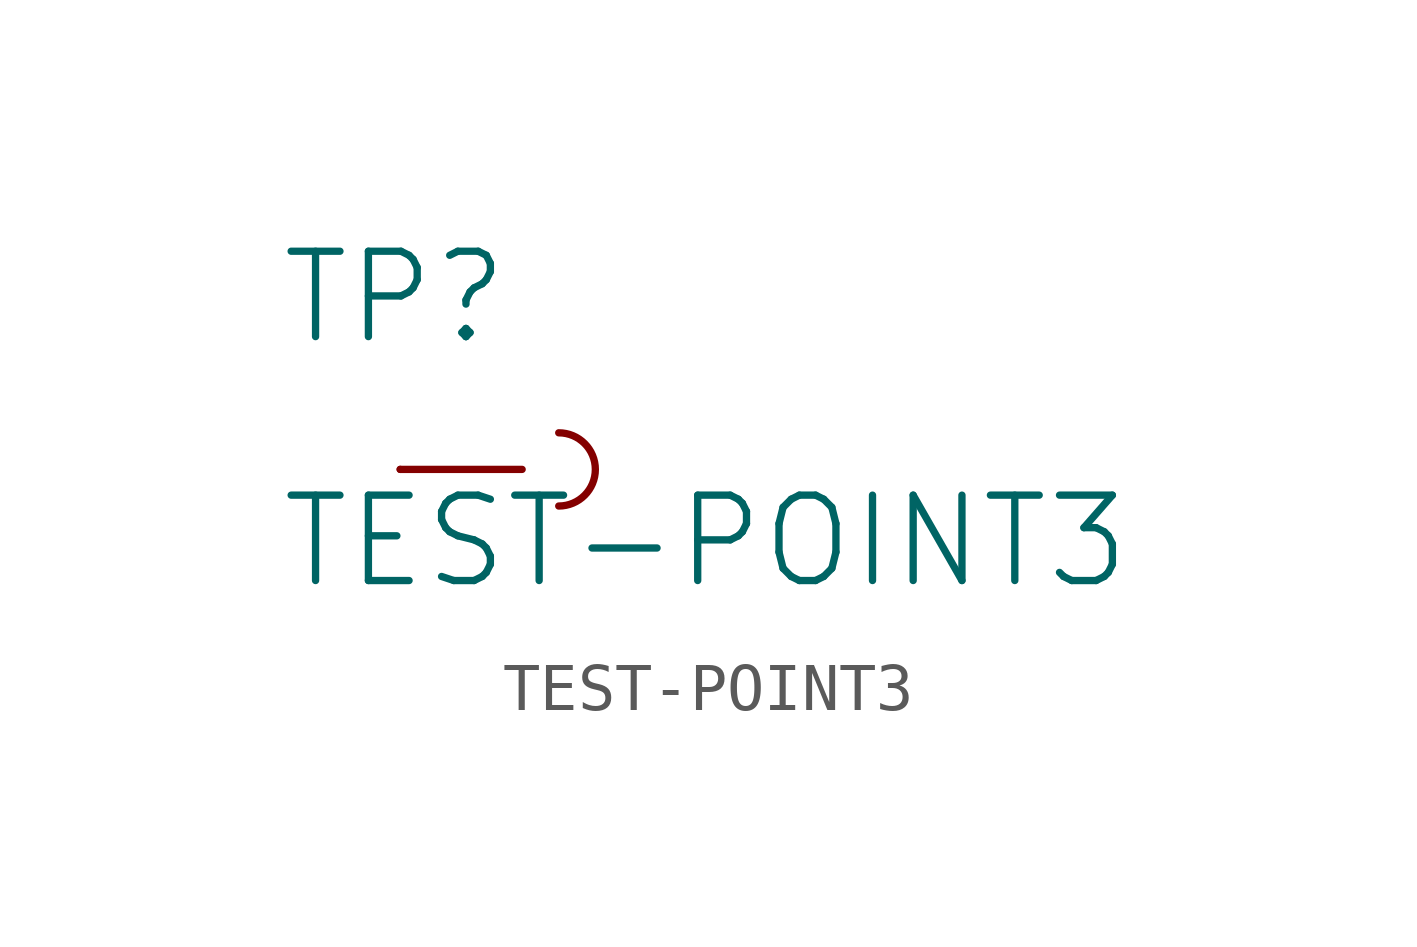
<source format=kicad_sym>
(kicad_symbol_lib
  (version 20211014)
  (generator kicad_symbol_editor)
  (symbol "TEST-POINT3"
    (property "Reference" "TP"
      (at -2.54 2.54 0)
      (effects (font (size 1.778 1.778)) (justify left bottom)))
    (property "Value" "TEST-POINT3"
      (at -2.54 -2.54 0)
      (effects (font (size 1.778 1.778)) (justify left bottom)))
    (property "ki_locked" ""
      (at 0 0 0)
      (effects (font (size 1.27 1.27))))
    (symbol "TEST-POINT3_1_0"
      (polyline (pts (xy 2.54 0) (xy 0 0)) (stroke (width 0.152) (type default) (color 0 0 0 0)) (fill (type none)))
      (arc (start 3.302 -0.762) (mid 4.064 0) (end 3.302 0.762) (stroke (width 0.1524) (type default) (color 0 0 0 0)) (fill (type none)))
      (pin bidirectional line (at 0 0 180) (length 0) (name "1" (effects (font (size 0 0)))) (number "P$1" (effects (font (size 0 0))))))))
</source>
